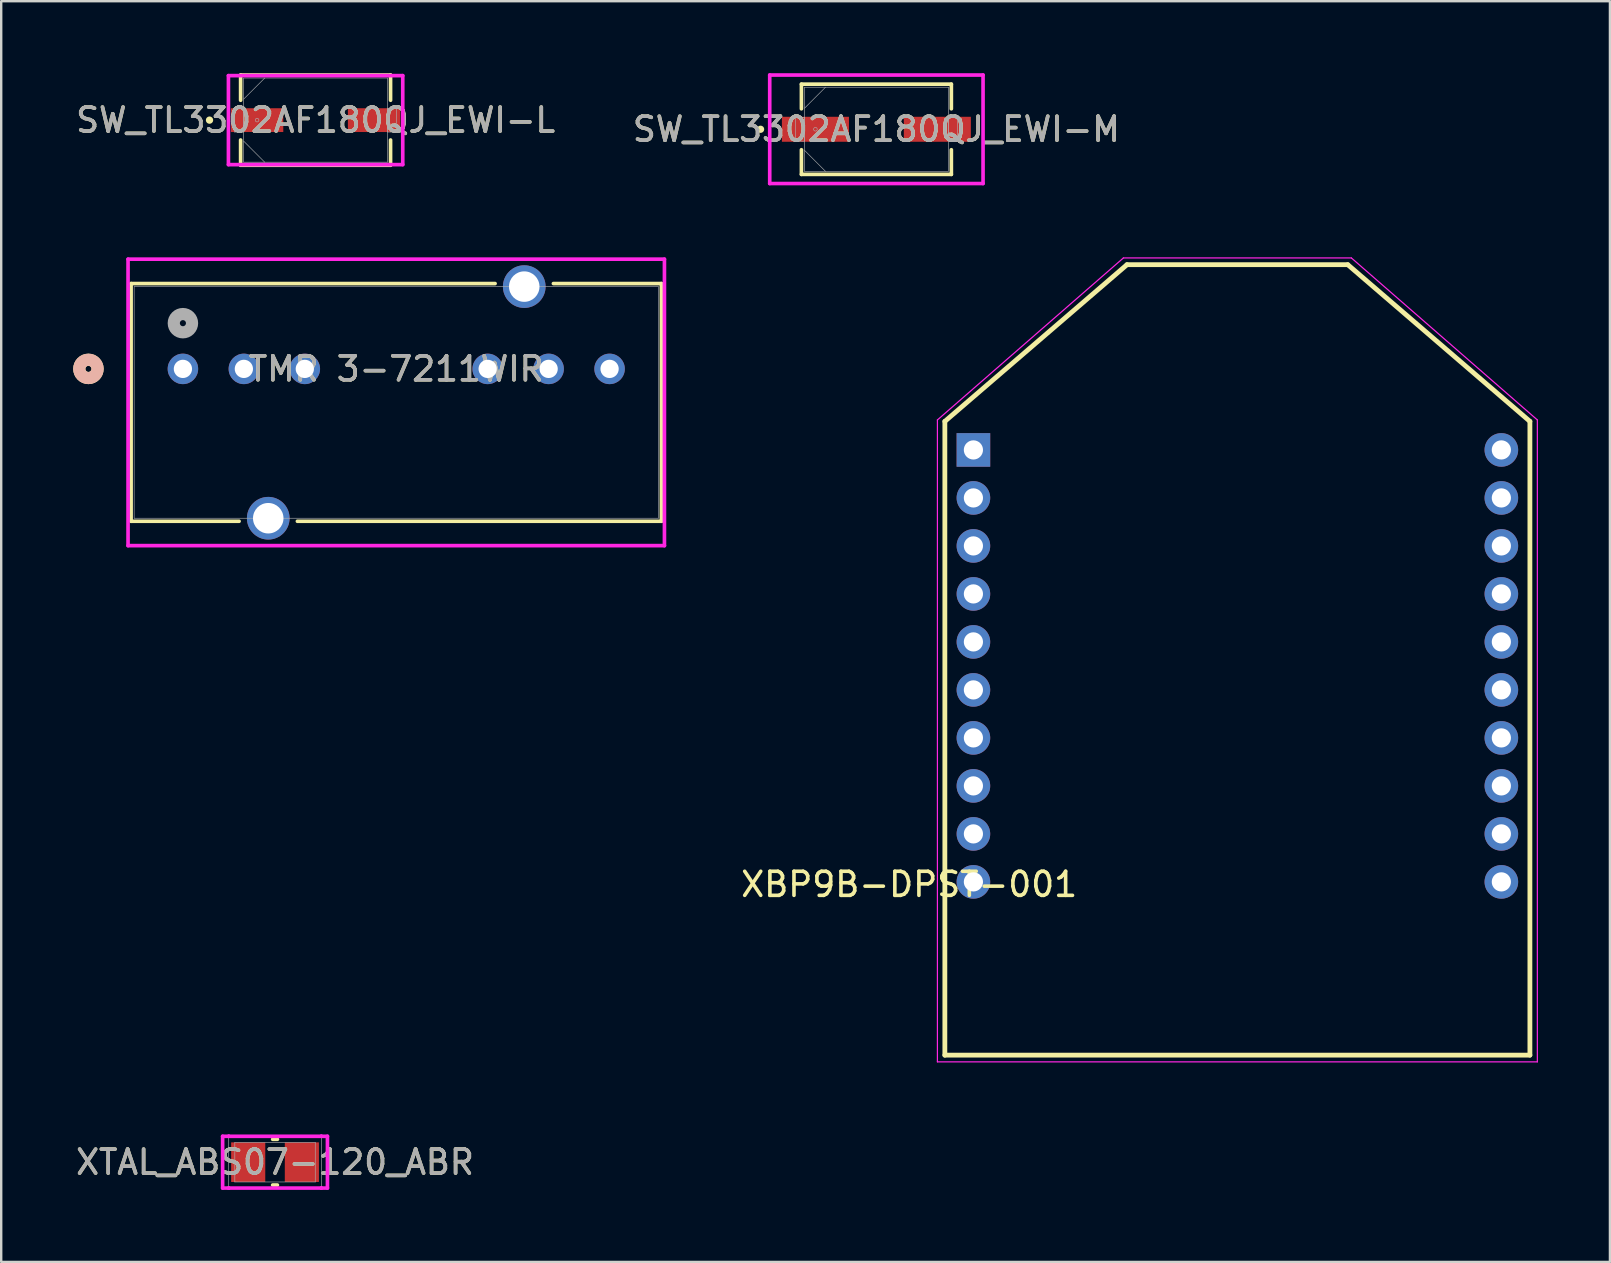
<source format=kicad_pcb>
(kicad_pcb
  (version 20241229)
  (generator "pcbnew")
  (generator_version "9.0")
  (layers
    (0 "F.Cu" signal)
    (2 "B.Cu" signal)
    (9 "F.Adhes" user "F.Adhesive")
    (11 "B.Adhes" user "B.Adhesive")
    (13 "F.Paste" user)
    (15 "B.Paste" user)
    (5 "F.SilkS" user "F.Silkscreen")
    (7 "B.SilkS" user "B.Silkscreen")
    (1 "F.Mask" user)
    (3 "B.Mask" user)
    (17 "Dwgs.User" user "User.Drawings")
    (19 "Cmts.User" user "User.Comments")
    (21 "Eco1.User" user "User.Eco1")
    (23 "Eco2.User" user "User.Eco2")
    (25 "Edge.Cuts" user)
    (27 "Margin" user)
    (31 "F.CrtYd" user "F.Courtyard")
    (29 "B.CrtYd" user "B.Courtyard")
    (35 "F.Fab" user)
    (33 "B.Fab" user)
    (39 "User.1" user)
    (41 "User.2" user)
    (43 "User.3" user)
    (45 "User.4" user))
  (footprint "SW_TL3302AF180QJ_EWI-L"
    (layer "F.Cu")
    (at 10.101 1.956)
    (property "Reference" "SW_TL3302AF180QJ_EWI-L" (at 0 0 0) (unlocked yes) (layer "F.SilkS") (effects (font (size 1 1) (thickness 0.15))))
    (attr smd)
    (fp_line (start -3.124 -1.88) (end -3.124 -0.828) (stroke (width 0.152) (type solid)) (layer "F.SilkS"))
    (fp_line (start -3.124 0.828) (end -3.124 1.88) (stroke (width 0.152) (type solid)) (layer "F.SilkS"))
    (fp_line (start -3.124 1.88) (end 3.124 1.88) (stroke (width 0.152) (type solid)) (layer "F.SilkS"))
    (fp_line (start 3.124 -1.88) (end -3.124 -1.88) (stroke (width 0.152) (type solid)) (layer "F.SilkS"))
    (fp_line (start 3.124 -0.828) (end 3.124 -1.88) (stroke (width 0.152) (type solid)) (layer "F.SilkS"))
    (fp_line (start 3.124 1.88) (end 3.124 0.828) (stroke (width 0.152) (type solid)) (layer "F.SilkS"))
    (fp_circle (center -4.42 0) (end -4.343 0) (stroke (width 0.152) (type solid)) (fill no) (layer "F.SilkS"))
    (fp_line (start -3.632 -1.854) (end 3.632 -1.854) (stroke (width 0.152) (type solid)) (layer "F.CrtYd"))
    (fp_line (start -3.632 1.854) (end -3.632 -1.854) (stroke (width 0.152) (type solid)) (layer "F.CrtYd"))
    (fp_line (start 3.632 -1.854) (end 3.632 1.854) (stroke (width 0.152) (type solid)) (layer "F.CrtYd"))
    (fp_line (start 3.632 1.854) (end -3.632 1.854) (stroke (width 0.152) (type solid)) (layer "F.CrtYd"))
    (fp_line (start -3.378 -0.495) (end -3.378 0.495) (stroke (width 0.025) (type solid)) (layer "F.Fab"))
    (fp_line (start -3.378 0.495) (end -2.997 0.495) (stroke (width 0.025) (type solid)) (layer "F.Fab"))
    (fp_line (start -2.997 -1.753) (end -2.997 1.753) (stroke (width 0.025) (type solid)) (layer "F.Fab"))
    (fp_line (start -2.997 -0.876) (end -2.121 -1.753) (stroke (width 0.025) (type solid)) (layer "F.Fab"))
    (fp_line (start -2.997 -0.495) (end -3.378 -0.495) (stroke (width 0.025) (type solid)) (layer "F.Fab"))
    (fp_line (start -2.997 0.495) (end -2.997 -0.495) (stroke (width 0.025) (type solid)) (layer "F.Fab"))
    (fp_line (start -2.997 0.876) (end -2.121 1.753) (stroke (width 0.025) (type solid)) (layer "F.Fab"))
    (fp_line (start -2.997 1.753) (end 2.997 1.753) (stroke (width 0.025) (type solid)) (layer "F.Fab"))
    (fp_line (start 2.997 -1.753) (end -2.997 -1.753) (stroke (width 0.025) (type solid)) (layer "F.Fab"))
    (fp_line (start 2.997 -0.495) (end 2.997 0.495) (stroke (width 0.025) (type solid)) (layer "F.Fab"))
    (fp_line (start 2.997 0.495) (end 3.378 0.495) (stroke (width 0.025) (type solid)) (layer "F.Fab"))
    (fp_line (start 2.997 1.753) (end 2.997 -1.753) (stroke (width 0.025) (type solid)) (layer "F.Fab"))
    (fp_line (start 3.378 -0.495) (end 2.997 -0.495) (stroke (width 0.025) (type solid)) (layer "F.Fab"))
    (fp_line (start 3.378 0.495) (end 3.378 -0.495) (stroke (width 0.025) (type solid)) (layer "F.Fab"))
    (fp_circle (center -2.438 0) (end -2.362 0) (stroke (width 0.025) (type solid)) (fill no) (layer "F.Fab"))
    (fp_text user "${REFERENCE}" (at 0 0 0) (unlocked yes) (layer "F.Fab") (effects (font (size 1 1) (thickness 0.15))))
    (pad "1" smd rect (at -2.438 0) (size 2.184 0.991) (layers "F.Cu" "F.Mask" "F.Paste"))
    (pad "2" smd rect (at 2.438 0) (size 2.184 0.991) (layers "F.Cu" "F.Mask" "F.Paste"))
    (zone (net_name "") (layer "F.Cu") (hatch full 0.508) (connect_pads) (min_thickness 0.254) (filled_areas_thickness no) (keepout (tracks not_allowed) (vias not_allowed) (pads allowed) (copperpour not_allowed) (footprints allowed)) (placement (enabled no)) (fill) (polygon (pts (xy 8.806 0.254) (xy 11.397 0.254) (xy 11.397 3.658) (xy 8.806 3.658)))))
  (footprint "TMR 3-7211WIR"
    (layer "F.Cu")
    (at 4.572 12.322)
    (property "Reference" "TMR 3-7211WIR" (at 8.89 0 0) (unlocked yes) (layer "F.SilkS") (effects (font (size 1 1) (thickness 0.15))))
    (attr through_hole)
    (fp_line (start -2.159 -3.556) (end -2.159 6.35) (stroke (width 0.152) (type solid)) (layer "F.SilkS"))
    (fp_line (start -2.159 6.35) (end 2.341 6.35) (stroke (width 0.152) (type solid)) (layer "F.SilkS"))
    (fp_line (start 4.771 6.35) (end 19.939 6.35) (stroke (width 0.152) (type solid)) (layer "F.SilkS"))
    (fp_line (start 13.009 -3.556) (end -2.159 -3.556) (stroke (width 0.152) (type solid)) (layer "F.SilkS"))
    (fp_line (start 19.939 -3.556) (end 15.439 -3.556) (stroke (width 0.152) (type solid)) (layer "F.SilkS"))
    (fp_line (start 19.939 6.35) (end 19.939 -3.556) (stroke (width 0.152) (type solid)) (layer "F.SilkS"))
    (fp_circle (center -3.937 0) (end -3.556 0) (stroke (width 0.508) (type solid)) (fill no) (layer "F.SilkS"))
    (fp_circle (center -3.937 0) (end -3.556 0) (stroke (width 0.508) (type solid)) (fill no) (layer "B.SilkS"))
    (fp_line (start -2.286 -4.572) (end -2.286 7.366) (stroke (width 0.152) (type solid)) (layer "F.CrtYd"))
    (fp_line (start -2.286 7.366) (end 20.066 7.366) (stroke (width 0.152) (type solid)) (layer "F.CrtYd"))
    (fp_line (start 20.066 -4.572) (end -2.286 -4.572) (stroke (width 0.152) (type solid)) (layer "F.CrtYd"))
    (fp_line (start 20.066 7.366) (end 20.066 -4.572) (stroke (width 0.152) (type solid)) (layer "F.CrtYd"))
    (fp_line (start -2.032 -3.429) (end -2.032 6.223) (stroke (width 0.025) (type solid)) (layer "F.Fab"))
    (fp_line (start -2.032 6.223) (end 19.812 6.223) (stroke (width 0.025) (type solid)) (layer "F.Fab"))
    (fp_line (start 19.812 -3.429) (end -2.032 -3.429) (stroke (width 0.025) (type solid)) (layer "F.Fab"))
    (fp_line (start 19.812 6.223) (end 19.812 -3.429) (stroke (width 0.025) (type solid)) (layer "F.Fab"))
    (fp_circle (center 0 -1.905) (end 0.381 -1.905) (stroke (width 0.508) (type solid)) (fill no) (layer "F.Fab"))
    (fp_text user "${REFERENCE}" (at 8.89 0 0) (unlocked yes) (layer "F.Fab") (effects (font (size 1 1) (thickness 0.15))))
    (pad "1" thru_hole circle (at 0 0) (size 1.27 1.27) (drill 0.762) (layers "*.Cu" "*.Mask"))
    (pad "2" thru_hole circle (at 2.54 0) (size 1.27 1.27) (drill 0.762) (layers "*.Cu" "*.Mask"))
    (pad "3" thru_hole circle (at 5.08 0) (size 1.27 1.27) (drill 0.762) (layers "*.Cu" "*.Mask"))
    (pad "6" thru_hole circle (at 12.7 0) (size 1.27 1.27) (drill 0.762) (layers "*.Cu" "*.Mask"))
    (pad "7" thru_hole circle (at 15.24 0) (size 1.27 1.27) (drill 0.762) (layers "*.Cu" "*.Mask"))
    (pad "8" thru_hole circle (at 17.78 0) (size 1.27 1.27) (drill 0.762) (layers "*.Cu" "*.Mask"))
    (pad "9" thru_hole circle (at 3.556 6.223) (size 1.778 1.778) (drill 1.27) (layers "*.Cu" "*.Mask"))
    (pad "10" thru_hole circle (at 14.224 -3.429) (size 1.778 1.778) (drill 1.27) (layers "*.Cu" "*.Mask")))
  (footprint "SW_TL3302AF180QJ_EWI-M"
    (layer "F.Cu")
    (at 33.47 2.337)
    (property "Reference" "SW_TL3302AF180QJ_EWI-M" (at 0 0 0) (unlocked yes) (layer "F.SilkS") (effects (font (size 1 1) (thickness 0.15))))
    (attr smd)
    (fp_line (start -3.124 -1.88) (end -3.124 -0.853) (stroke (width 0.152) (type solid)) (layer "F.SilkS"))
    (fp_line (start -3.124 0.853) (end -3.124 1.88) (stroke (width 0.152) (type solid)) (layer "F.SilkS"))
    (fp_line (start -3.124 1.88) (end 3.124 1.88) (stroke (width 0.152) (type solid)) (layer "F.SilkS"))
    (fp_line (start 3.124 -1.88) (end -3.124 -1.88) (stroke (width 0.152) (type solid)) (layer "F.SilkS"))
    (fp_line (start 3.124 -0.853) (end 3.124 -1.88) (stroke (width 0.152) (type solid)) (layer "F.SilkS"))
    (fp_line (start 3.124 1.88) (end 3.124 0.853) (stroke (width 0.152) (type solid)) (layer "F.SilkS"))
    (fp_circle (center -4.826 0) (end -4.75 0) (stroke (width 0.152) (type solid)) (fill no) (layer "F.SilkS"))
    (fp_line (start -4.445 -2.261) (end 4.445 -2.261) (stroke (width 0.152) (type solid)) (layer "F.CrtYd"))
    (fp_line (start -4.445 2.261) (end -4.445 -2.261) (stroke (width 0.152) (type solid)) (layer "F.CrtYd"))
    (fp_line (start 4.445 -2.261) (end 4.445 2.261) (stroke (width 0.152) (type solid)) (layer "F.CrtYd"))
    (fp_line (start 4.445 2.261) (end -4.445 2.261) (stroke (width 0.152) (type solid)) (layer "F.CrtYd"))
    (fp_line (start -3.378 -0.495) (end -3.378 0.495) (stroke (width 0.025) (type solid)) (layer "F.Fab"))
    (fp_line (start -3.378 0.495) (end -2.997 0.495) (stroke (width 0.025) (type solid)) (layer "F.Fab"))
    (fp_line (start -2.997 -1.753) (end -2.997 1.753) (stroke (width 0.025) (type solid)) (layer "F.Fab"))
    (fp_line (start -2.997 -0.876) (end -2.121 -1.753) (stroke (width 0.025) (type solid)) (layer "F.Fab"))
    (fp_line (start -2.997 -0.495) (end -3.378 -0.495) (stroke (width 0.025) (type solid)) (layer "F.Fab"))
    (fp_line (start -2.997 0.495) (end -2.997 -0.495) (stroke (width 0.025) (type solid)) (layer "F.Fab"))
    (fp_line (start -2.997 0.876) (end -2.121 1.753) (stroke (width 0.025) (type solid)) (layer "F.Fab"))
    (fp_line (start -2.997 1.753) (end 2.997 1.753) (stroke (width 0.025) (type solid)) (layer "F.Fab"))
    (fp_line (start 2.997 -1.753) (end -2.997 -1.753) (stroke (width 0.025) (type solid)) (layer "F.Fab"))
    (fp_line (start 2.997 -0.495) (end 2.997 0.495) (stroke (width 0.025) (type solid)) (layer "F.Fab"))
    (fp_line (start 2.997 0.495) (end 3.378 0.495) (stroke (width 0.025) (type solid)) (layer "F.Fab"))
    (fp_line (start 2.997 1.753) (end 2.997 -1.753) (stroke (width 0.025) (type solid)) (layer "F.Fab"))
    (fp_line (start 3.378 -0.495) (end 2.997 -0.495) (stroke (width 0.025) (type solid)) (layer "F.Fab"))
    (fp_line (start 3.378 0.495) (end 3.378 -0.495) (stroke (width 0.025) (type solid)) (layer "F.Fab"))
    (fp_circle (center -2.54 0) (end -2.464 0) (stroke (width 0.025) (type solid)) (fill no) (layer "F.Fab"))
    (fp_text user "${REFERENCE}" (at 0 0 0) (unlocked yes) (layer "F.Fab") (effects (font (size 1 1) (thickness 0.15))))
    (pad "1" smd rect (at -2.54 0) (size 2.794 1.041) (layers "F.Cu" "F.Mask" "F.Paste"))
    (pad "2" smd rect (at 2.54 0) (size 2.794 1.041) (layers "F.Cu" "F.Mask" "F.Paste"))
    (zone (net_name "") (layer "F.Cu") (hatch full 0.508) (connect_pads) (min_thickness 0.254) (filled_areas_thickness no) (keepout (tracks not_allowed) (vias not_allowed) (pads allowed) (copperpour not_allowed) (footprints allowed)) (placement (enabled no)) (fill) (polygon (pts (xy 32.378 0.635) (xy 34.562 0.635) (xy 34.562 4.039) (xy 32.378 4.039)))))
  (footprint "XBP9B-DPST-001"
    (layer "F.Cu")
    (at 48.513 24.449)
    (property "Reference" "XBP9B-DPST-001" (at -13.677 9.354 180) (layer "F.SilkS") (effects (font (size 1.003 1.003) (thickness 0.15))))
    (attr through_hole)
    (fp_line (start -12.19 -9.94) (end -4.6 -16.47) (stroke (width 0.2) (type solid)) (layer "F.SilkS"))
    (fp_line (start -12.19 16.47) (end -12.19 -9.94) (stroke (width 0.2) (type solid)) (layer "F.SilkS"))
    (fp_line (start -4.6 -16.47) (end 4.6 -16.47) (stroke (width 0.2) (type solid)) (layer "F.SilkS"))
    (fp_line (start 12.19 -9.94) (end 4.6 -16.47) (stroke (width 0.2) (type solid)) (layer "F.SilkS"))
    (fp_line (start 12.19 -9.94) (end 12.19 16.47) (stroke (width 0.2) (type solid)) (layer "F.SilkS"))
    (fp_line (start 12.19 16.47) (end -12.19 16.47) (stroke (width 0.2) (type solid)) (layer "F.SilkS"))
    (fp_line (start -12.5 -10) (end -4.75 -16.75) (stroke (width 0.05) (type solid)) (layer "F.CrtYd"))
    (fp_line (start -12.5 16.75) (end -12.5 -10) (stroke (width 0.05) (type solid)) (layer "F.CrtYd"))
    (fp_line (start -4.75 -16.75) (end 4.75 -16.75) (stroke (width 0.05) (type solid)) (layer "F.CrtYd"))
    (fp_line (start 4.75 -16.75) (end 12.5 -10) (stroke (width 0.05) (type solid)) (layer "F.CrtYd"))
    (fp_line (start 12.5 -10) (end 12.5 16.75) (stroke (width 0.05) (type solid)) (layer "F.CrtYd"))
    (fp_line (start 12.5 16.75) (end -12.5 16.75) (stroke (width 0.05) (type solid)) (layer "F.CrtYd"))
    (pad "1" thru_hole rect (at -11 -8.75) (size 1.4 1.4) (drill 0.8) (layers "*.Cu" "*.Mask"))
    (pad "2" thru_hole circle (at -11 -6.75) (size 1.4 1.4) (drill 0.8) (layers "*.Cu" "*.Mask"))
    (pad "3" thru_hole circle (at -11 -4.75) (size 1.4 1.4) (drill 0.8) (layers "*.Cu" "*.Mask"))
    (pad "4" thru_hole circle (at -11 -2.75) (size 1.4 1.4) (drill 0.8) (layers "*.Cu" "*.Mask"))
    (pad "5" thru_hole circle (at -11 -0.75) (size 1.4 1.4) (drill 0.8) (layers "*.Cu" "*.Mask"))
    (pad "6" thru_hole circle (at -11 1.25) (size 1.4 1.4) (drill 0.8) (layers "*.Cu" "*.Mask"))
    (pad "7" thru_hole circle (at -11 3.25) (size 1.4 1.4) (drill 0.8) (layers "*.Cu" "*.Mask"))
    (pad "8" thru_hole circle (at -11 5.25) (size 1.4 1.4) (drill 0.8) (layers "*.Cu" "*.Mask"))
    (pad "9" thru_hole circle (at -11 7.25) (size 1.4 1.4) (drill 0.8) (layers "*.Cu" "*.Mask"))
    (pad "10" thru_hole circle (at -11 9.25) (size 1.4 1.4) (drill 0.8) (layers "*.Cu" "*.Mask"))
    (pad "11" thru_hole circle (at 11 9.25) (size 1.4 1.4) (drill 0.8) (layers "*.Cu" "*.Mask"))
    (pad "12" thru_hole circle (at 11 7.25) (size 1.4 1.4) (drill 0.8) (layers "*.Cu" "*.Mask"))
    (pad "13" thru_hole circle (at 11 5.25) (size 1.4 1.4) (drill 0.8) (layers "*.Cu" "*.Mask"))
    (pad "14" thru_hole circle (at 11 3.25) (size 1.4 1.4) (drill 0.8) (layers "*.Cu" "*.Mask"))
    (pad "15" thru_hole circle (at 11 1.25) (size 1.4 1.4) (drill 0.8) (layers "*.Cu" "*.Mask"))
    (pad "16" thru_hole circle (at 11 -0.75) (size 1.4 1.4) (drill 0.8) (layers "*.Cu" "*.Mask"))
    (pad "17" thru_hole circle (at 11 -2.75) (size 1.4 1.4) (drill 0.8) (layers "*.Cu" "*.Mask"))
    (pad "18" thru_hole circle (at 11 -4.75) (size 1.4 1.4) (drill 0.8) (layers "*.Cu" "*.Mask"))
    (pad "19" thru_hole circle (at 11 -6.75) (size 1.4 1.4) (drill 0.8) (layers "*.Cu" "*.Mask"))
    (pad "20" thru_hole circle (at 11 -8.75) (size 1.4 1.4) (drill 0.8) (layers "*.Cu" "*.Mask")))
  (footprint "XTAL_ABS07-120_ABR"
    (layer "F.Cu")
    (at 8.411 45.379)
    (property "Reference" "XTAL_ABS07-120_ABR" (at 0 0 0) (unlocked yes) (layer "F.SilkS") (effects (font (size 1 1) (thickness 0.15))))
    (attr smd)
    (fp_line (start -0.099 0.953) (end 0.099 0.953) (stroke (width 0.152) (type solid)) (layer "F.SilkS"))
    (fp_line (start 0.099 -0.953) (end -0.099 -0.953) (stroke (width 0.152) (type solid)) (layer "F.SilkS"))
    (fp_line (start -2.184 -1.079) (end -1.93 -1.079) (stroke (width 0.152) (type solid)) (layer "F.CrtYd"))
    (fp_line (start -2.184 1.079) (end -2.184 -1.079) (stroke (width 0.152) (type solid)) (layer "F.CrtYd"))
    (fp_line (start -1.93 -1.079) (end -1.93 -1.079) (stroke (width 0.152) (type solid)) (layer "F.CrtYd"))
    (fp_line (start -1.93 -1.079) (end 1.93 -1.079) (stroke (width 0.152) (type solid)) (layer "F.CrtYd"))
    (fp_line (start -1.93 1.079) (end -2.184 1.079) (stroke (width 0.152) (type solid)) (layer "F.CrtYd"))
    (fp_line (start -1.93 1.079) (end -1.93 1.079) (stroke (width 0.152) (type solid)) (layer "F.CrtYd"))
    (fp_line (start 1.93 -1.079) (end 1.93 -1.079) (stroke (width 0.152) (type solid)) (layer "F.CrtYd"))
    (fp_line (start 1.93 -1.079) (end 2.184 -1.079) (stroke (width 0.152) (type solid)) (layer "F.CrtYd"))
    (fp_line (start 1.93 1.079) (end -1.93 1.079) (stroke (width 0.152) (type solid)) (layer "F.CrtYd"))
    (fp_line (start 1.93 1.079) (end 1.93 1.079) (stroke (width 0.152) (type solid)) (layer "F.CrtYd"))
    (fp_line (start 2.184 -1.079) (end 2.184 1.079) (stroke (width 0.152) (type solid)) (layer "F.CrtYd"))
    (fp_line (start 2.184 1.079) (end 1.93 1.079) (stroke (width 0.152) (type solid)) (layer "F.CrtYd"))
    (fp_line (start -1.93 -1.079) (end 1.93 -1.079) (stroke (width 0.025) (type solid)) (layer "F.Fab"))
    (fp_line (start -1.93 1.079) (end -1.93 -1.079) (stroke (width 0.025) (type solid)) (layer "F.Fab"))
    (fp_line (start -1.676 -0.826) (end -1.676 0.826) (stroke (width 0.025) (type solid)) (layer "F.Fab"))
    (fp_line (start -1.676 0.826) (end 1.676 0.826) (stroke (width 0.025) (type solid)) (layer "F.Fab"))
    (fp_line (start 1.676 -0.826) (end -1.676 -0.826) (stroke (width 0.025) (type solid)) (layer "F.Fab"))
    (fp_line (start 1.676 0.826) (end 1.676 -0.826) (stroke (width 0.025) (type solid)) (layer "F.Fab"))
    (fp_line (start 1.93 -1.079) (end 1.93 1.079) (stroke (width 0.025) (type solid)) (layer "F.Fab"))
    (fp_line (start 1.93 1.079) (end -1.93 1.079) (stroke (width 0.025) (type solid)) (layer "F.Fab"))
    (fp_circle (center -1.168 0) (end -1.168 0) (stroke (width 0.025) (type solid)) (fill no) (layer "F.Fab"))
    (fp_text user "${REFERENCE}" (at 0 0 0) (unlocked yes) (layer "F.Fab") (effects (font (size 1 1) (thickness 0.15))))
    (pad "1" smd rect (at -1.118 0 90) (size 1.651 1.422) (layers "F.Cu" "F.Mask" "F.Paste"))
    (pad "2" smd rect (at 1.118 0 90) (size 1.651 1.422) (layers "F.Cu" "F.Mask" "F.Paste"))
    (zone (net_name "") (layer "F.Cu") (hatch full 0.508) (connect_pads) (min_thickness 0.254) (filled_areas_thickness no) (keepout (tracks not_allowed) (vias not_allowed) (pads allowed) (copperpour not_allowed) (footprints allowed)) (placement (enabled no)) (fill) (polygon (pts (xy 8.055 44.503) (xy 8.766 44.503) (xy 8.766 46.256) (xy 8.055 46.256)))))
  (gr_rect
    (start -3 -3)
    (end 64.038 49.535)
    (stroke (width 0.1) (type default))
    (fill no)
    (layer "Edge.Cuts")))
</source>
